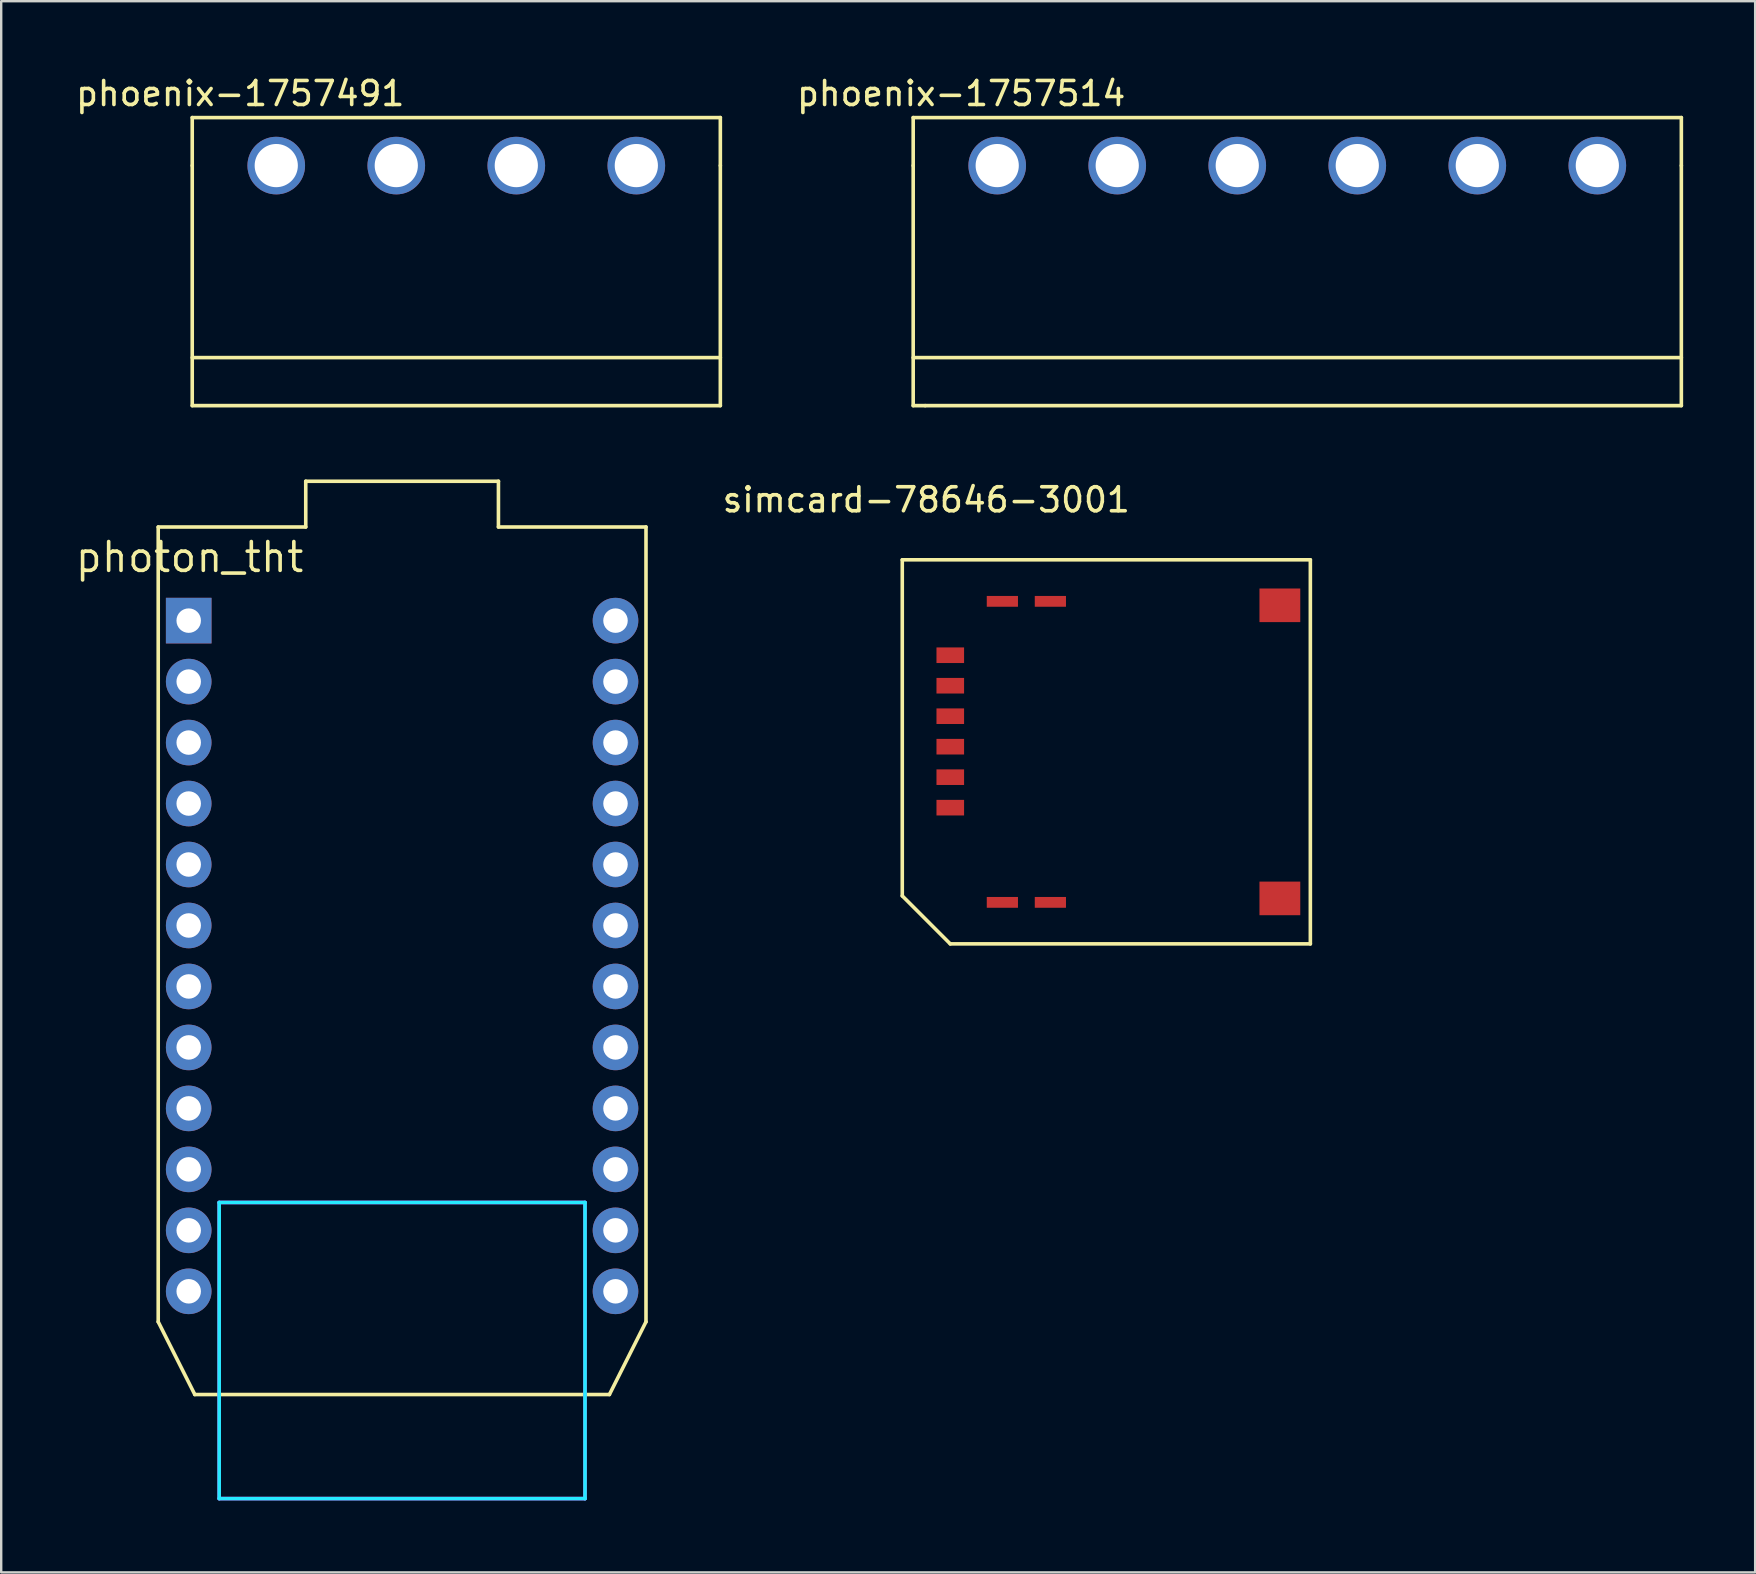
<source format=kicad_pcb>
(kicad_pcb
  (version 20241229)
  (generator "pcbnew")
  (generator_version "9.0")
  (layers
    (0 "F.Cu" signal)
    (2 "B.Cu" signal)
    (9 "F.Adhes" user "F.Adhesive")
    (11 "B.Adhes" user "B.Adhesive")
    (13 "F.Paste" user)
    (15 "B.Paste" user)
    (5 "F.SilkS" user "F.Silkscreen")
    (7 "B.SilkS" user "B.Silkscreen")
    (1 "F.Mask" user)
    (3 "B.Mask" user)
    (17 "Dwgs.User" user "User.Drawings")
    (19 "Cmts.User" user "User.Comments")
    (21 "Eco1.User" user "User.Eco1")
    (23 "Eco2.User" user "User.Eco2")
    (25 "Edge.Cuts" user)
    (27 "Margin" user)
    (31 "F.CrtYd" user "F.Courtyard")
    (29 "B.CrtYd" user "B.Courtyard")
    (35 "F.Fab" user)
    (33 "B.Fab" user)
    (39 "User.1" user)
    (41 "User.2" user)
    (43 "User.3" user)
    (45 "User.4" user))
  (footprint "photon_tht"
    (layer "F.Cu")
    (at 13.698 36.762)
    (property "Reference" "photon_tht" (at -8.85 -16.6 0) (layer "F.SilkS") (effects (font (size 1.2 1.2) (thickness 0.15))))
    (attr through_hole)
    (fp_line (start -10.157 -17.858) (end -10.157 15.252) (stroke (width 0.15) (type solid)) (layer "F.SilkS"))
    (fp_line (start -10.157 15.252) (end -8.633 18.282) (stroke (width 0.15) (type solid)) (layer "F.SilkS"))
    (fp_line (start -8.633 18.282) (end 8.639 18.282) (stroke (width 0.15) (type solid)) (layer "F.SilkS"))
    (fp_line (start -4.011 -19.764) (end -4.011 -17.859) (stroke (width 0.15) (type solid)) (layer "F.SilkS"))
    (fp_line (start -4.011 -19.764) (end 4.016 -19.764) (stroke (width 0.15) (type solid)) (layer "F.SilkS"))
    (fp_line (start -4.011 -17.858) (end -10.157 -17.858) (stroke (width 0.15) (type solid)) (layer "F.SilkS"))
    (fp_line (start 4.016 -19.764) (end 4.016 -17.859) (stroke (width 0.15) (type solid)) (layer "F.SilkS"))
    (fp_line (start 4.016 -17.859) (end 10.163 -17.859) (stroke (width 0.15) (type solid)) (layer "F.SilkS"))
    (fp_line (start 10.163 -17.859) (end 10.163 15.252) (stroke (width 0.15) (type solid)) (layer "F.SilkS"))
    (fp_line (start 10.163 15.252) (end 8.639 18.282) (stroke (width 0.15) (type solid)) (layer "F.SilkS"))
    (fp_line (start -7.617 22.617) (end -7.617 10.282) (stroke (width 0.15) (type solid)) (layer "B.CrtYd"))
    (fp_line (start 7.623 10.282) (end -7.617 10.282) (stroke (width 0.15) (type solid)) (layer "B.CrtYd"))
    (fp_line (start 7.623 22.617) (end -7.617 22.617) (stroke (width 0.15) (type solid)) (layer "B.CrtYd"))
    (fp_line (start 7.623 22.617) (end 7.623 10.282) (stroke (width 0.15) (type solid)) (layer "B.CrtYd"))
    (fp_line (start -7.617 22.617) (end -7.617 10.282) (stroke (width 0.15) (type solid)) (layer "F.CrtYd"))
    (fp_line (start 7.623 10.282) (end -7.617 10.282) (stroke (width 0.15) (type solid)) (layer "F.CrtYd"))
    (fp_line (start 7.623 22.617) (end -7.617 22.617) (stroke (width 0.15) (type solid)) (layer "F.CrtYd"))
    (fp_line (start 7.623 22.617) (end 7.623 10.282) (stroke (width 0.15) (type solid)) (layer "F.CrtYd"))
    (pad "1" thru_hole rect (at -8.887 -13.958) (size 1.9 1.9) (drill 1.02) (layers "*.Cu" "*.Mask"))
    (pad "2" thru_hole circle (at -8.887 -11.418) (size 1.9 1.9) (drill 1.02) (layers "*.Cu" "*.Mask"))
    (pad "3" thru_hole circle (at -8.887 -8.878) (size 1.9 1.9) (drill 1.02) (layers "*.Cu" "*.Mask"))
    (pad "4" thru_hole circle (at -8.887 -6.338) (size 1.9 1.9) (drill 1.02) (layers "*.Cu" "*.Mask"))
    (pad "5" thru_hole circle (at -8.887 -3.798) (size 1.9 1.9) (drill 1.02) (layers "*.Cu" "*.Mask"))
    (pad "6" thru_hole circle (at -8.887 -1.258) (size 1.9 1.9) (drill 1.02) (layers "*.Cu" "*.Mask"))
    (pad "7" thru_hole circle (at -8.887 1.282) (size 1.9 1.9) (drill 1.02) (layers "*.Cu" "*.Mask"))
    (pad "8" thru_hole circle (at -8.887 3.822) (size 1.9 1.9) (drill 1.02) (layers "*.Cu" "*.Mask"))
    (pad "9" thru_hole circle (at -8.887 6.362) (size 1.9 1.9) (drill 1.02) (layers "*.Cu" "*.Mask"))
    (pad "10" thru_hole circle (at -8.887 8.902) (size 1.9 1.9) (drill 1.02) (layers "*.Cu" "*.Mask"))
    (pad "11" thru_hole circle (at -8.887 11.442) (size 1.9 1.9) (drill 1.02) (layers "*.Cu" "*.Mask"))
    (pad "12" thru_hole circle (at -8.887 13.982) (size 1.9 1.9) (drill 1.02) (layers "*.Cu" "*.Mask"))
    (pad "13" thru_hole circle (at 8.893 13.982) (size 1.9 1.9) (drill 1.02) (layers "*.Cu" "*.Mask"))
    (pad "14" thru_hole circle (at 8.893 11.442) (size 1.9 1.9) (drill 1.02) (layers "*.Cu" "*.Mask"))
    (pad "15" thru_hole circle (at 8.893 8.902) (size 1.9 1.9) (drill 1.02) (layers "*.Cu" "*.Mask"))
    (pad "16" thru_hole circle (at 8.893 6.362) (size 1.9 1.9) (drill 1.02) (layers "*.Cu" "*.Mask"))
    (pad "17" thru_hole circle (at 8.893 3.822) (size 1.9 1.9) (drill 1.02) (layers "*.Cu" "*.Mask"))
    (pad "18" thru_hole circle (at 8.893 1.282) (size 1.9 1.9) (drill 1.02) (layers "*.Cu" "*.Mask"))
    (pad "19" thru_hole circle (at 8.893 -1.258) (size 1.9 1.9) (drill 1.02) (layers "*.Cu" "*.Mask"))
    (pad "20" thru_hole circle (at 8.893 -3.798) (size 1.9 1.9) (drill 1.02) (layers "*.Cu" "*.Mask"))
    (pad "21" thru_hole circle (at 8.893 -6.338) (size 1.9 1.9) (drill 1.02) (layers "*.Cu" "*.Mask"))
    (pad "22" thru_hole circle (at 8.893 -8.878) (size 1.9 1.9) (drill 1.02) (layers "*.Cu" "*.Mask"))
    (pad "23" thru_hole circle (at 8.893 -11.418) (size 1.9 1.9) (drill 1.02) (layers "*.Cu" "*.Mask"))
    (pad "24" thru_hole circle (at 8.893 -13.958) (size 1.9 1.9) (drill 1.02) (layers "*.Cu" "*.Mask")))
  (footprint "simcard-78646-3001"
    (layer "F.Cu")
    (at 36.537 28.271)
    (property "Reference" "simcard-78646-3001" (at -1 -10.5 0) (layer "F.SilkS") (effects (font (size 1 1) (thickness 0.15))))
    (attr through_hole)
    (fp_line (start -2 -8) (end -2 6) (stroke (width 0.15) (type solid)) (layer "F.SilkS"))
    (fp_line (start -2 6) (end 0 8) (stroke (width 0.15) (type solid)) (layer "F.SilkS"))
    (fp_line (start 0 8) (end 15 8) (stroke (width 0.15) (type solid)) (layer "F.SilkS"))
    (fp_line (start 15 -8) (end -2 -8) (stroke (width 0.15) (type solid)) (layer "F.SilkS"))
    (fp_line (start 15 8) (end 15 -8) (stroke (width 0.15) (type solid)) (layer "F.SilkS"))
    (pad "1" smd rect (at 0 -2.755) (size 1.15 0.65) (layers "F.Cu" "F.Mask" "F.Paste"))
    (pad "2" smd rect (at 0 -0.215) (size 1.15 0.65) (layers "F.Cu" "F.Mask" "F.Paste"))
    (pad "3" smd rect (at 0 2.325) (size 1.15 0.65) (layers "F.Cu" "F.Mask" "F.Paste"))
    (pad "4" smd rect (at 0 -4.025) (size 1.15 0.65) (layers "F.Cu" "F.Mask" "F.Paste"))
    (pad "4" smd rect (at 2.17 -6.27) (size 1.3 0.45) (layers "F.Cu" "F.Mask" "F.Paste"))
    (pad "4" smd rect (at 2.17 6.27) (size 1.3 0.45) (layers "F.Cu" "F.Mask" "F.Paste"))
    (pad "4" smd rect (at 4.17 -6.27) (size 1.3 0.45) (layers "F.Cu" "F.Mask" "F.Paste"))
    (pad "4" smd rect (at 4.17 6.27) (size 1.3 0.45) (layers "F.Cu" "F.Mask" "F.Paste"))
    (pad "5" smd rect (at 0 -1.485) (size 1.15 0.65) (layers "F.Cu" "F.Mask" "F.Paste"))
    (pad "6" smd rect (at 0 1.055) (size 1.15 0.65) (layers "F.Cu" "F.Mask" "F.Paste"))
    (pad "10" smd rect (at 13.73 6.105) (size 1.7 1.4) (layers "F.Cu" "F.Mask" "F.Paste"))
    (pad "11" smd rect (at 13.73 -6.105) (size 1.7 1.4) (layers "F.Cu" "F.Mask" "F.Paste")))
  (footprint "phoenix-1757514"
    (layer "F.Cu")
    (at 38.492 3.848)
    (property "Reference" "phoenix-1757514" (at -1.5 -3 0) (layer "F.SilkS") (effects (font (size 1 1) (thickness 0.15))))
    (attr through_hole)
    (fp_line (start -3.5 -2) (end 28.5 -2) (stroke (width 0.15) (type solid)) (layer "F.SilkS"))
    (fp_line (start -3.5 0) (end -3.5 -2) (stroke (width 0.15) (type solid)) (layer "F.SilkS"))
    (fp_line (start -3.5 8) (end 28.5 8) (stroke (width 0.15) (type solid)) (layer "F.SilkS"))
    (fp_line (start -3.5 10) (end -3.5 0) (stroke (width 0.15) (type solid)) (layer "F.SilkS"))
    (fp_line (start -3 10) (end -3.5 10) (stroke (width 0.15) (type solid)) (layer "F.SilkS"))
    (fp_line (start 28.5 -2) (end 28.5 0) (stroke (width 0.15) (type solid)) (layer "F.SilkS"))
    (fp_line (start 28.5 0) (end 28.5 10) (stroke (width 0.15) (type solid)) (layer "F.SilkS"))
    (fp_line (start 28.5 10) (end -3 10) (stroke (width 0.15) (type solid)) (layer "F.SilkS"))
    (pad "1" thru_hole circle (at 0 0) (size 2.4 2.4) (drill 1.8) (layers "*.Cu" "*.Mask"))
    (pad "2" thru_hole circle (at 5 0) (size 2.4 2.4) (drill 1.8) (layers "*.Cu" "*.Mask"))
    (pad "3" thru_hole circle (at 10 0) (size 2.4 2.4) (drill 1.8) (layers "*.Cu" "*.Mask"))
    (pad "4" thru_hole circle (at 15 0) (size 2.4 2.4) (drill 1.8) (layers "*.Cu" "*.Mask"))
    (pad "5" thru_hole circle (at 20 0) (size 2.4 2.4) (drill 1.8) (layers "*.Cu" "*.Mask"))
    (pad "6" thru_hole circle (at 25 0) (size 2.4 2.4) (drill 1.8) (layers "*.Cu" "*.Mask")))
  (footprint "phoenix-1757491"
    (layer "F.Cu")
    (at 8.458 3.848)
    (property "Reference" "phoenix-1757491" (at -1.5 -3 0) (layer "F.SilkS") (effects (font (size 1 1) (thickness 0.15))))
    (attr through_hole)
    (fp_line (start -3.5 -2) (end 18.5 -2) (stroke (width 0.15) (type solid)) (layer "F.SilkS"))
    (fp_line (start -3.5 0) (end -3.5 -2) (stroke (width 0.15) (type solid)) (layer "F.SilkS"))
    (fp_line (start -3.5 8) (end 18.5 8) (stroke (width 0.15) (type solid)) (layer "F.SilkS"))
    (fp_line (start -3.5 10) (end -3.5 0) (stroke (width 0.15) (type solid)) (layer "F.SilkS"))
    (fp_line (start 18.5 -2) (end 18.5 0) (stroke (width 0.15) (type solid)) (layer "F.SilkS"))
    (fp_line (start 18.5 0) (end 18.5 10) (stroke (width 0.15) (type solid)) (layer "F.SilkS"))
    (fp_line (start 18.5 10) (end -3.5 10) (stroke (width 0.15) (type solid)) (layer "F.SilkS"))
    (pad "1" thru_hole circle (at 0 0) (size 2.4 2.4) (drill 1.8) (layers "*.Cu" "*.Mask"))
    (pad "2" thru_hole circle (at 5 0) (size 2.4 2.4) (drill 1.8) (layers "*.Cu" "*.Mask"))
    (pad "3" thru_hole circle (at 10 0) (size 2.4 2.4) (drill 1.8) (layers "*.Cu" "*.Mask"))
    (pad "4" thru_hole circle (at 15 0) (size 2.4 2.4) (drill 1.8) (layers "*.Cu" "*.Mask")))
  (gr_rect
    (start -3 -3)
    (end 70.067 62.454)
    (stroke (width 0.1) (type default))
    (fill no)
    (layer "Edge.Cuts")))
</source>
